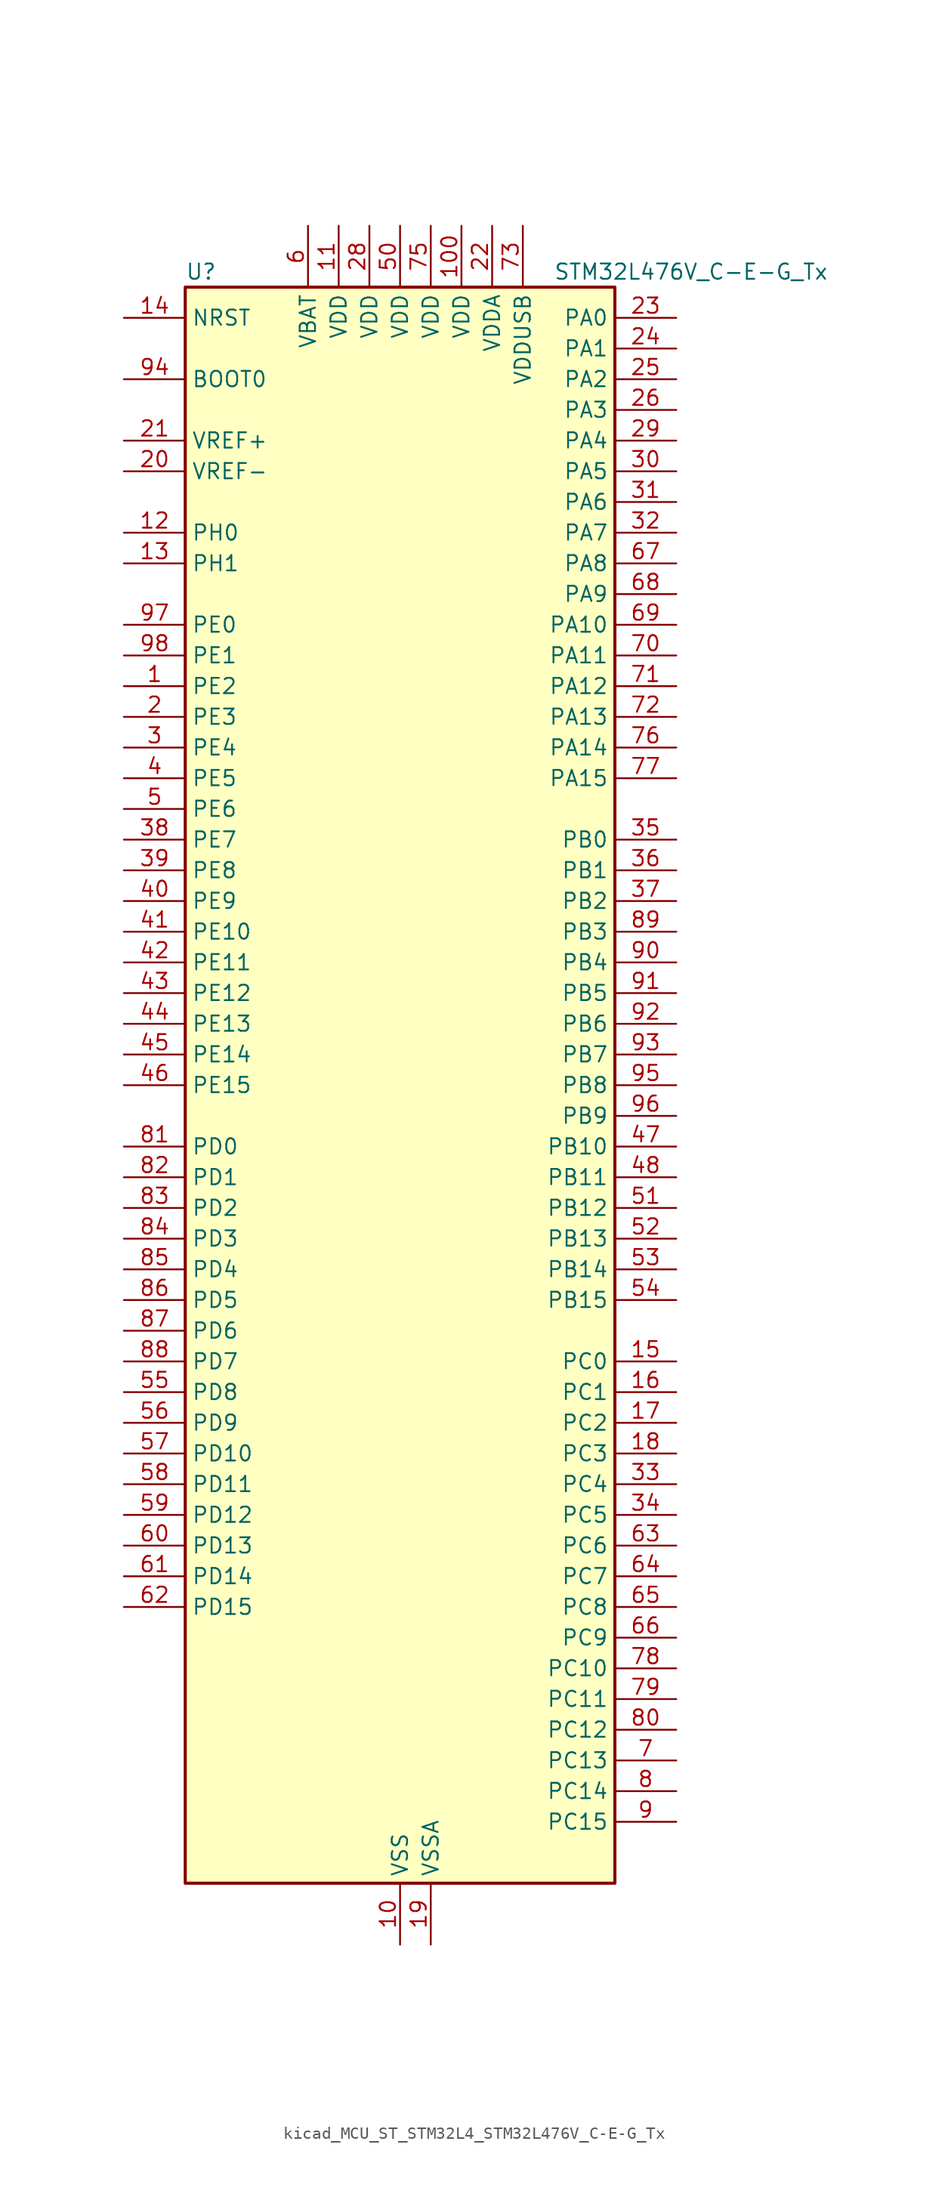
<source format=kicad_sym>
(kicad_symbol_lib
  (version 20220914)
  (generator kicad_symbol_editor)
  (symbol "kicad_MCU_ST_STM32L4_STM32L476V_C-E-G_Tx"
    (property "Reference" "U"
      (at -17.78 67.31 0)
      (effects (font (size 1.27 1.27)) (justify left)))
    (property "Value" "STM32L476V_C-E-G_Tx"
      (at 12.7 67.31 0)
      (effects (font (size 1.27 1.27)) (justify left)))
    (property "ki_locked" ""
      (at 0 0 0)
      (effects (font (size 1.27 1.27))))
    (symbol "kicad_MCU_ST_STM32L4_STM32L476V_C-E-G_Tx_0_1"
      (rectangle (start -17.78 -66.04) (end 17.78 66.04) (stroke (width 0.254) (type default)) (fill (type background))))
    (symbol "kicad_MCU_ST_STM32L4_STM32L476V_C-E-G_Tx_1_1"
      (pin bidirectional line (at -22.86 33.02 0) (length 5.08) (name "PE2" (effects (font (size 1.27 1.27)))) (number "1" (effects (font (size 1.27 1.27)))) (alternate "FMC_A23" bidirectional line) (alternate "LCD_SEG38" bidirectional line) (alternate "SAI1_MCLK_A" bidirectional line) (alternate "SYS_TRACECLK" bidirectional line) (alternate "TIM3_ETR" bidirectional line) (alternate "TSC_G7_IO1" bidirectional line))
      (pin power_in line (at 0 -71.12 90) (length 5.08) (name "VSS" (effects (font (size 1.27 1.27)))) (number "10" (effects (font (size 1.27 1.27)))))
      (pin power_in line (at 5.08 71.12 270) (length 5.08) (name "VDD" (effects (font (size 1.27 1.27)))) (number "100" (effects (font (size 1.27 1.27)))))
      (pin power_in line (at -5.08 71.12 270) (length 5.08) (name "VDD" (effects (font (size 1.27 1.27)))) (number "11" (effects (font (size 1.27 1.27)))))
      (pin bidirectional line (at -22.86 45.72 0) (length 5.08) (name "PH0" (effects (font (size 1.27 1.27)))) (number "12" (effects (font (size 1.27 1.27)))) (alternate "RCC_OSC_IN" bidirectional line))
      (pin bidirectional line (at -22.86 43.18 0) (length 5.08) (name "PH1" (effects (font (size 1.27 1.27)))) (number "13" (effects (font (size 1.27 1.27)))) (alternate "RCC_OSC_OUT" bidirectional line))
      (pin input line (at -22.86 63.5 0) (length 5.08) (name "NRST" (effects (font (size 1.27 1.27)))) (number "14" (effects (font (size 1.27 1.27)))))
      (pin bidirectional line (at 22.86 -22.86 180) (length 5.08) (name "PC0" (effects (font (size 1.27 1.27)))) (number "15" (effects (font (size 1.27 1.27)))) (alternate "ADC1_IN1" bidirectional line) (alternate "ADC2_IN1" bidirectional line) (alternate "ADC3_IN1" bidirectional line) (alternate "DFSDM1_DATIN4" bidirectional line) (alternate "I2C3_SCL" bidirectional line) (alternate "LCD_SEG18" bidirectional line) (alternate "LPTIM1_IN1" bidirectional line) (alternate "LPTIM2_IN1" bidirectional line) (alternate "LPUART1_RX" bidirectional line))
      (pin bidirectional line (at 22.86 -25.4 180) (length 5.08) (name "PC1" (effects (font (size 1.27 1.27)))) (number "16" (effects (font (size 1.27 1.27)))) (alternate "ADC1_IN2" bidirectional line) (alternate "ADC2_IN2" bidirectional line) (alternate "ADC3_IN2" bidirectional line) (alternate "DFSDM1_CKIN4" bidirectional line) (alternate "I2C3_SDA" bidirectional line) (alternate "LCD_SEG19" bidirectional line) (alternate "LPTIM1_OUT" bidirectional line) (alternate "LPUART1_TX" bidirectional line))
      (pin bidirectional line (at 22.86 -27.94 180) (length 5.08) (name "PC2" (effects (font (size 1.27 1.27)))) (number "17" (effects (font (size 1.27 1.27)))) (alternate "ADC1_IN3" bidirectional line) (alternate "ADC2_IN3" bidirectional line) (alternate "ADC3_IN3" bidirectional line) (alternate "DFSDM1_CKOUT" bidirectional line) (alternate "LCD_SEG20" bidirectional line) (alternate "LPTIM1_IN2" bidirectional line) (alternate "SPI2_MISO" bidirectional line))
      (pin bidirectional line (at 22.86 -30.48 180) (length 5.08) (name "PC3" (effects (font (size 1.27 1.27)))) (number "18" (effects (font (size 1.27 1.27)))) (alternate "ADC1_IN4" bidirectional line) (alternate "ADC2_IN4" bidirectional line) (alternate "ADC3_IN4" bidirectional line) (alternate "LCD_VLCD" bidirectional line) (alternate "LPTIM1_ETR" bidirectional line) (alternate "LPTIM2_ETR" bidirectional line) (alternate "SAI1_SD_A" bidirectional line) (alternate "SPI2_MOSI" bidirectional line))
      (pin power_in line (at 2.54 -71.12 90) (length 5.08) (name "VSSA" (effects (font (size 1.27 1.27)))) (number "19" (effects (font (size 1.27 1.27)))))
      (pin bidirectional line (at -22.86 30.48 0) (length 5.08) (name "PE3" (effects (font (size 1.27 1.27)))) (number "2" (effects (font (size 1.27 1.27)))) (alternate "FMC_A19" bidirectional line) (alternate "LCD_SEG39" bidirectional line) (alternate "SAI1_SD_B" bidirectional line) (alternate "SYS_TRACED0" bidirectional line) (alternate "TIM3_CH1" bidirectional line) (alternate "TSC_G7_IO2" bidirectional line))
      (pin input line (at -22.86 50.8 0) (length 5.08) (name "VREF-" (effects (font (size 1.27 1.27)))) (number "20" (effects (font (size 1.27 1.27)))))
      (pin input line (at -22.86 53.34 0) (length 5.08) (name "VREF+" (effects (font (size 1.27 1.27)))) (number "21" (effects (font (size 1.27 1.27)))) (alternate "VREFBUF_OUT" bidirectional line))
      (pin power_in line (at 7.62 71.12 270) (length 5.08) (name "VDDA" (effects (font (size 1.27 1.27)))) (number "22" (effects (font (size 1.27 1.27)))))
      (pin bidirectional line (at 22.86 63.5 180) (length 5.08) (name "PA0" (effects (font (size 1.27 1.27)))) (number "23" (effects (font (size 1.27 1.27)))) (alternate "ADC1_IN5" bidirectional line) (alternate "ADC2_IN5" bidirectional line) (alternate "OPAMP1_VINP" bidirectional line) (alternate "RTC_TAMP2" bidirectional line) (alternate "SAI1_EXTCLK" bidirectional line) (alternate "SYS_WKUP1" bidirectional line) (alternate "TIM2_CH1" bidirectional line) (alternate "TIM2_ETR" bidirectional line) (alternate "TIM5_CH1" bidirectional line) (alternate "TIM8_ETR" bidirectional line) (alternate "UART4_TX" bidirectional line) (alternate "USART2_CTS" bidirectional line))
      (pin bidirectional line (at 22.86 60.96 180) (length 5.08) (name "PA1" (effects (font (size 1.27 1.27)))) (number "24" (effects (font (size 1.27 1.27)))) (alternate "ADC1_IN6" bidirectional line) (alternate "ADC2_IN6" bidirectional line) (alternate "LCD_SEG0" bidirectional line) (alternate "OPAMP1_VINM" bidirectional line) (alternate "TIM15_CH1N" bidirectional line) (alternate "TIM2_CH2" bidirectional line) (alternate "TIM5_CH2" bidirectional line) (alternate "UART4_RX" bidirectional line) (alternate "USART2_DE" bidirectional line) (alternate "USART2_RTS" bidirectional line))
      (pin bidirectional line (at 22.86 58.42 180) (length 5.08) (name "PA2" (effects (font (size 1.27 1.27)))) (number "25" (effects (font (size 1.27 1.27)))) (alternate "ADC1_IN7" bidirectional line) (alternate "ADC2_IN7" bidirectional line) (alternate "LCD_SEG1" bidirectional line) (alternate "RCC_LSCO" bidirectional line) (alternate "SAI2_EXTCLK" bidirectional line) (alternate "SYS_WKUP4" bidirectional line) (alternate "TIM15_CH1" bidirectional line) (alternate "TIM2_CH3" bidirectional line) (alternate "TIM5_CH3" bidirectional line) (alternate "USART2_TX" bidirectional line))
      (pin bidirectional line (at 22.86 55.88 180) (length 5.08) (name "PA3" (effects (font (size 1.27 1.27)))) (number "26" (effects (font (size 1.27 1.27)))) (alternate "ADC1_IN8" bidirectional line) (alternate "ADC2_IN8" bidirectional line) (alternate "LCD_SEG2" bidirectional line) (alternate "OPAMP1_VOUT" bidirectional line) (alternate "TIM15_CH2" bidirectional line) (alternate "TIM2_CH4" bidirectional line) (alternate "TIM5_CH4" bidirectional line) (alternate "USART2_RX" bidirectional line))
      (pin passive line (at 0 -71.12 90) (length 5.08) hide (name "VSS" (effects (font (size 1.27 1.27)))) (number "27" (effects (font (size 1.27 1.27)))))
      (pin power_in line (at -2.54 71.12 270) (length 5.08) (name "VDD" (effects (font (size 1.27 1.27)))) (number "28" (effects (font (size 1.27 1.27)))))
      (pin bidirectional line (at 22.86 53.34 180) (length 5.08) (name "PA4" (effects (font (size 1.27 1.27)))) (number "29" (effects (font (size 1.27 1.27)))) (alternate "ADC1_IN9" bidirectional line) (alternate "ADC2_IN9" bidirectional line) (alternate "DAC1_OUT1" bidirectional line) (alternate "LPTIM2_OUT" bidirectional line) (alternate "SAI1_FS_B" bidirectional line) (alternate "SPI1_NSS" bidirectional line) (alternate "SPI3_NSS" bidirectional line) (alternate "USART2_CK" bidirectional line))
      (pin bidirectional line (at -22.86 27.94 0) (length 5.08) (name "PE4" (effects (font (size 1.27 1.27)))) (number "3" (effects (font (size 1.27 1.27)))) (alternate "DFSDM1_DATIN3" bidirectional line) (alternate "FMC_A20" bidirectional line) (alternate "SAI1_FS_A" bidirectional line) (alternate "SYS_TRACED1" bidirectional line) (alternate "TIM3_CH2" bidirectional line) (alternate "TSC_G7_IO3" bidirectional line))
      (pin bidirectional line (at 22.86 50.8 180) (length 5.08) (name "PA5" (effects (font (size 1.27 1.27)))) (number "30" (effects (font (size 1.27 1.27)))) (alternate "ADC1_IN10" bidirectional line) (alternate "ADC2_IN10" bidirectional line) (alternate "DAC1_OUT2" bidirectional line) (alternate "LPTIM2_ETR" bidirectional line) (alternate "SPI1_SCK" bidirectional line) (alternate "TIM2_CH1" bidirectional line) (alternate "TIM2_ETR" bidirectional line) (alternate "TIM8_CH1N" bidirectional line))
      (pin bidirectional line (at 22.86 48.26 180) (length 5.08) (name "PA6" (effects (font (size 1.27 1.27)))) (number "31" (effects (font (size 1.27 1.27)))) (alternate "ADC1_IN11" bidirectional line) (alternate "ADC2_IN11" bidirectional line) (alternate "LCD_SEG3" bidirectional line) (alternate "OPAMP2_VINP" bidirectional line) (alternate "QUADSPI_BK1_IO3" bidirectional line) (alternate "SPI1_MISO" bidirectional line) (alternate "TIM16_CH1" bidirectional line) (alternate "TIM1_BKIN" bidirectional line) (alternate "TIM1_BKIN_COMP2" bidirectional line) (alternate "TIM3_CH1" bidirectional line) (alternate "TIM8_BKIN" bidirectional line) (alternate "TIM8_BKIN_COMP2" bidirectional line) (alternate "USART3_CTS" bidirectional line))
      (pin bidirectional line (at 22.86 45.72 180) (length 5.08) (name "PA7" (effects (font (size 1.27 1.27)))) (number "32" (effects (font (size 1.27 1.27)))) (alternate "ADC1_IN12" bidirectional line) (alternate "ADC2_IN12" bidirectional line) (alternate "LCD_SEG4" bidirectional line) (alternate "OPAMP2_VINM" bidirectional line) (alternate "QUADSPI_BK1_IO2" bidirectional line) (alternate "SPI1_MOSI" bidirectional line) (alternate "TIM17_CH1" bidirectional line) (alternate "TIM1_CH1N" bidirectional line) (alternate "TIM3_CH2" bidirectional line) (alternate "TIM8_CH1N" bidirectional line))
      (pin bidirectional line (at 22.86 -33.02 180) (length 5.08) (name "PC4" (effects (font (size 1.27 1.27)))) (number "33" (effects (font (size 1.27 1.27)))) (alternate "ADC1_IN13" bidirectional line) (alternate "ADC2_IN13" bidirectional line) (alternate "COMP1_INM" bidirectional line) (alternate "LCD_SEG22" bidirectional line) (alternate "USART3_TX" bidirectional line))
      (pin bidirectional line (at 22.86 -35.56 180) (length 5.08) (name "PC5" (effects (font (size 1.27 1.27)))) (number "34" (effects (font (size 1.27 1.27)))) (alternate "ADC1_IN14" bidirectional line) (alternate "ADC2_IN14" bidirectional line) (alternate "COMP1_INP" bidirectional line) (alternate "LCD_SEG23" bidirectional line) (alternate "SYS_WKUP5" bidirectional line) (alternate "USART3_RX" bidirectional line))
      (pin bidirectional line (at 22.86 20.32 180) (length 5.08) (name "PB0" (effects (font (size 1.27 1.27)))) (number "35" (effects (font (size 1.27 1.27)))) (alternate "ADC1_IN15" bidirectional line) (alternate "ADC2_IN15" bidirectional line) (alternate "COMP1_OUT" bidirectional line) (alternate "LCD_SEG5" bidirectional line) (alternate "OPAMP2_VOUT" bidirectional line) (alternate "QUADSPI_BK1_IO1" bidirectional line) (alternate "TIM1_CH2N" bidirectional line) (alternate "TIM3_CH3" bidirectional line) (alternate "TIM8_CH2N" bidirectional line) (alternate "USART3_CK" bidirectional line))
      (pin bidirectional line (at 22.86 17.78 180) (length 5.08) (name "PB1" (effects (font (size 1.27 1.27)))) (number "36" (effects (font (size 1.27 1.27)))) (alternate "ADC1_IN16" bidirectional line) (alternate "ADC2_IN16" bidirectional line) (alternate "COMP1_INM" bidirectional line) (alternate "DFSDM1_DATIN0" bidirectional line) (alternate "LCD_SEG6" bidirectional line) (alternate "LPTIM2_IN1" bidirectional line) (alternate "QUADSPI_BK1_IO0" bidirectional line) (alternate "TIM1_CH3N" bidirectional line) (alternate "TIM3_CH4" bidirectional line) (alternate "TIM8_CH3N" bidirectional line) (alternate "USART3_DE" bidirectional line) (alternate "USART3_RTS" bidirectional line))
      (pin bidirectional line (at 22.86 15.24 180) (length 5.08) (name "PB2" (effects (font (size 1.27 1.27)))) (number "37" (effects (font (size 1.27 1.27)))) (alternate "COMP1_INP" bidirectional line) (alternate "DFSDM1_CKIN0" bidirectional line) (alternate "I2C3_SMBA" bidirectional line) (alternate "LPTIM1_OUT" bidirectional line) (alternate "RTC_OUT_ALARM" bidirectional line) (alternate "RTC_OUT_CALIB" bidirectional line))
      (pin bidirectional line (at -22.86 20.32 0) (length 5.08) (name "PE7" (effects (font (size 1.27 1.27)))) (number "38" (effects (font (size 1.27 1.27)))) (alternate "DFSDM1_DATIN2" bidirectional line) (alternate "FMC_D4" bidirectional line) (alternate "FMC_DA4" bidirectional line) (alternate "SAI1_SD_B" bidirectional line) (alternate "TIM1_ETR" bidirectional line))
      (pin bidirectional line (at -22.86 17.78 0) (length 5.08) (name "PE8" (effects (font (size 1.27 1.27)))) (number "39" (effects (font (size 1.27 1.27)))) (alternate "DFSDM1_CKIN2" bidirectional line) (alternate "FMC_D5" bidirectional line) (alternate "FMC_DA5" bidirectional line) (alternate "SAI1_SCK_B" bidirectional line) (alternate "TIM1_CH1N" bidirectional line))
      (pin bidirectional line (at -22.86 25.4 0) (length 5.08) (name "PE5" (effects (font (size 1.27 1.27)))) (number "4" (effects (font (size 1.27 1.27)))) (alternate "DFSDM1_CKIN3" bidirectional line) (alternate "FMC_A21" bidirectional line) (alternate "SAI1_SCK_A" bidirectional line) (alternate "SYS_TRACED2" bidirectional line) (alternate "TIM3_CH3" bidirectional line) (alternate "TSC_G7_IO4" bidirectional line))
      (pin bidirectional line (at -22.86 15.24 0) (length 5.08) (name "PE9" (effects (font (size 1.27 1.27)))) (number "40" (effects (font (size 1.27 1.27)))) (alternate "DAC1_EXTI9" bidirectional line) (alternate "DFSDM1_CKOUT" bidirectional line) (alternate "FMC_D6" bidirectional line) (alternate "FMC_DA6" bidirectional line) (alternate "SAI1_FS_B" bidirectional line) (alternate "TIM1_CH1" bidirectional line))
      (pin bidirectional line (at -22.86 12.7 0) (length 5.08) (name "PE10" (effects (font (size 1.27 1.27)))) (number "41" (effects (font (size 1.27 1.27)))) (alternate "DFSDM1_DATIN4" bidirectional line) (alternate "FMC_D7" bidirectional line) (alternate "FMC_DA7" bidirectional line) (alternate "QUADSPI_CLK" bidirectional line) (alternate "SAI1_MCLK_B" bidirectional line) (alternate "TIM1_CH2N" bidirectional line) (alternate "TSC_G5_IO1" bidirectional line))
      (pin bidirectional line (at -22.86 10.16 0) (length 5.08) (name "PE11" (effects (font (size 1.27 1.27)))) (number "42" (effects (font (size 1.27 1.27)))) (alternate "ADC1_EXTI11" bidirectional line) (alternate "ADC2_EXTI11" bidirectional line) (alternate "ADC3_EXTI11" bidirectional line) (alternate "DFSDM1_CKIN4" bidirectional line) (alternate "FMC_D8" bidirectional line) (alternate "FMC_DA8" bidirectional line) (alternate "QUADSPI_NCS" bidirectional line) (alternate "TIM1_CH2" bidirectional line) (alternate "TSC_G5_IO2" bidirectional line))
      (pin bidirectional line (at -22.86 7.62 0) (length 5.08) (name "PE12" (effects (font (size 1.27 1.27)))) (number "43" (effects (font (size 1.27 1.27)))) (alternate "DFSDM1_DATIN5" bidirectional line) (alternate "FMC_D9" bidirectional line) (alternate "FMC_DA9" bidirectional line) (alternate "QUADSPI_BK1_IO0" bidirectional line) (alternate "SPI1_NSS" bidirectional line) (alternate "TIM1_CH3N" bidirectional line) (alternate "TSC_G5_IO3" bidirectional line))
      (pin bidirectional line (at -22.86 5.08 0) (length 5.08) (name "PE13" (effects (font (size 1.27 1.27)))) (number "44" (effects (font (size 1.27 1.27)))) (alternate "DFSDM1_CKIN5" bidirectional line) (alternate "FMC_D10" bidirectional line) (alternate "FMC_DA10" bidirectional line) (alternate "QUADSPI_BK1_IO1" bidirectional line) (alternate "SPI1_SCK" bidirectional line) (alternate "TIM1_CH3" bidirectional line) (alternate "TSC_G5_IO4" bidirectional line))
      (pin bidirectional line (at -22.86 2.54 0) (length 5.08) (name "PE14" (effects (font (size 1.27 1.27)))) (number "45" (effects (font (size 1.27 1.27)))) (alternate "FMC_D11" bidirectional line) (alternate "FMC_DA11" bidirectional line) (alternate "QUADSPI_BK1_IO2" bidirectional line) (alternate "SPI1_MISO" bidirectional line) (alternate "TIM1_BKIN2" bidirectional line) (alternate "TIM1_BKIN2_COMP2" bidirectional line) (alternate "TIM1_CH4" bidirectional line))
      (pin bidirectional line (at -22.86 0 0) (length 5.08) (name "PE15" (effects (font (size 1.27 1.27)))) (number "46" (effects (font (size 1.27 1.27)))) (alternate "ADC1_EXTI15" bidirectional line) (alternate "ADC2_EXTI15" bidirectional line) (alternate "ADC3_EXTI15" bidirectional line) (alternate "FMC_D12" bidirectional line) (alternate "FMC_DA12" bidirectional line) (alternate "QUADSPI_BK1_IO3" bidirectional line) (alternate "SPI1_MOSI" bidirectional line) (alternate "TIM1_BKIN" bidirectional line) (alternate "TIM1_BKIN_COMP1" bidirectional line))
      (pin bidirectional line (at 22.86 -5.08 180) (length 5.08) (name "PB10" (effects (font (size 1.27 1.27)))) (number "47" (effects (font (size 1.27 1.27)))) (alternate "COMP1_OUT" bidirectional line) (alternate "DFSDM1_DATIN7" bidirectional line) (alternate "I2C2_SCL" bidirectional line) (alternate "LCD_SEG10" bidirectional line) (alternate "LPUART1_RX" bidirectional line) (alternate "QUADSPI_CLK" bidirectional line) (alternate "SAI1_SCK_A" bidirectional line) (alternate "SPI2_SCK" bidirectional line) (alternate "TIM2_CH3" bidirectional line) (alternate "USART3_TX" bidirectional line))
      (pin bidirectional line (at 22.86 -7.62 180) (length 5.08) (name "PB11" (effects (font (size 1.27 1.27)))) (number "48" (effects (font (size 1.27 1.27)))) (alternate "ADC1_EXTI11" bidirectional line) (alternate "ADC2_EXTI11" bidirectional line) (alternate "ADC3_EXTI11" bidirectional line) (alternate "COMP2_OUT" bidirectional line) (alternate "DFSDM1_CKIN7" bidirectional line) (alternate "I2C2_SDA" bidirectional line) (alternate "LCD_SEG11" bidirectional line) (alternate "LPUART1_TX" bidirectional line) (alternate "QUADSPI_NCS" bidirectional line) (alternate "TIM2_CH4" bidirectional line) (alternate "USART3_RX" bidirectional line))
      (pin passive line (at 0 -71.12 90) (length 5.08) hide (name "VSS" (effects (font (size 1.27 1.27)))) (number "49" (effects (font (size 1.27 1.27)))))
      (pin bidirectional line (at -22.86 22.86 0) (length 5.08) (name "PE6" (effects (font (size 1.27 1.27)))) (number "5" (effects (font (size 1.27 1.27)))) (alternate "FMC_A22" bidirectional line) (alternate "RTC_TAMP3" bidirectional line) (alternate "SAI1_SD_A" bidirectional line) (alternate "SYS_TRACED3" bidirectional line) (alternate "SYS_WKUP3" bidirectional line) (alternate "TIM3_CH4" bidirectional line))
      (pin power_in line (at 0 71.12 270) (length 5.08) (name "VDD" (effects (font (size 1.27 1.27)))) (number "50" (effects (font (size 1.27 1.27)))))
      (pin bidirectional line (at 22.86 -10.16 180) (length 5.08) (name "PB12" (effects (font (size 1.27 1.27)))) (number "51" (effects (font (size 1.27 1.27)))) (alternate "DFSDM1_DATIN1" bidirectional line) (alternate "I2C2_SMBA" bidirectional line) (alternate "LCD_SEG12" bidirectional line) (alternate "LPUART1_DE" bidirectional line) (alternate "LPUART1_RTS" bidirectional line) (alternate "SAI2_FS_A" bidirectional line) (alternate "SPI2_NSS" bidirectional line) (alternate "SWPMI1_IO" bidirectional line) (alternate "TIM15_BKIN" bidirectional line) (alternate "TIM1_BKIN" bidirectional line) (alternate "TIM1_BKIN_COMP2" bidirectional line) (alternate "TSC_G1_IO1" bidirectional line) (alternate "USART3_CK" bidirectional line))
      (pin bidirectional line (at 22.86 -12.7 180) (length 5.08) (name "PB13" (effects (font (size 1.27 1.27)))) (number "52" (effects (font (size 1.27 1.27)))) (alternate "DFSDM1_CKIN1" bidirectional line) (alternate "I2C2_SCL" bidirectional line) (alternate "LCD_SEG13" bidirectional line) (alternate "LPUART1_CTS" bidirectional line) (alternate "SAI2_SCK_A" bidirectional line) (alternate "SPI2_SCK" bidirectional line) (alternate "SWPMI1_TX" bidirectional line) (alternate "TIM15_CH1N" bidirectional line) (alternate "TIM1_CH1N" bidirectional line) (alternate "TSC_G1_IO2" bidirectional line) (alternate "USART3_CTS" bidirectional line))
      (pin bidirectional line (at 22.86 -15.24 180) (length 5.08) (name "PB14" (effects (font (size 1.27 1.27)))) (number "53" (effects (font (size 1.27 1.27)))) (alternate "DFSDM1_DATIN2" bidirectional line) (alternate "I2C2_SDA" bidirectional line) (alternate "LCD_SEG14" bidirectional line) (alternate "SAI2_MCLK_A" bidirectional line) (alternate "SPI2_MISO" bidirectional line) (alternate "SWPMI1_RX" bidirectional line) (alternate "TIM15_CH1" bidirectional line) (alternate "TIM1_CH2N" bidirectional line) (alternate "TIM8_CH2N" bidirectional line) (alternate "TSC_G1_IO3" bidirectional line) (alternate "USART3_DE" bidirectional line) (alternate "USART3_RTS" bidirectional line))
      (pin bidirectional line (at 22.86 -17.78 180) (length 5.08) (name "PB15" (effects (font (size 1.27 1.27)))) (number "54" (effects (font (size 1.27 1.27)))) (alternate "ADC1_EXTI15" bidirectional line) (alternate "ADC2_EXTI15" bidirectional line) (alternate "ADC3_EXTI15" bidirectional line) (alternate "DFSDM1_CKIN2" bidirectional line) (alternate "LCD_SEG15" bidirectional line) (alternate "RTC_REFIN" bidirectional line) (alternate "SAI2_SD_A" bidirectional line) (alternate "SPI2_MOSI" bidirectional line) (alternate "SWPMI1_SUSPEND" bidirectional line) (alternate "TIM15_CH2" bidirectional line) (alternate "TIM1_CH3N" bidirectional line) (alternate "TIM8_CH3N" bidirectional line) (alternate "TSC_G1_IO4" bidirectional line))
      (pin bidirectional line (at -22.86 -25.4 0) (length 5.08) (name "PD8" (effects (font (size 1.27 1.27)))) (number "55" (effects (font (size 1.27 1.27)))) (alternate "FMC_D13" bidirectional line) (alternate "FMC_DA13" bidirectional line) (alternate "LCD_SEG28" bidirectional line) (alternate "USART3_TX" bidirectional line))
      (pin bidirectional line (at -22.86 -27.94 0) (length 5.08) (name "PD9" (effects (font (size 1.27 1.27)))) (number "56" (effects (font (size 1.27 1.27)))) (alternate "DAC1_EXTI9" bidirectional line) (alternate "FMC_D14" bidirectional line) (alternate "FMC_DA14" bidirectional line) (alternate "LCD_SEG29" bidirectional line) (alternate "SAI2_MCLK_A" bidirectional line) (alternate "USART3_RX" bidirectional line))
      (pin bidirectional line (at -22.86 -30.48 0) (length 5.08) (name "PD10" (effects (font (size 1.27 1.27)))) (number "57" (effects (font (size 1.27 1.27)))) (alternate "FMC_D15" bidirectional line) (alternate "FMC_DA15" bidirectional line) (alternate "LCD_SEG30" bidirectional line) (alternate "SAI2_SCK_A" bidirectional line) (alternate "TSC_G6_IO1" bidirectional line) (alternate "USART3_CK" bidirectional line))
      (pin bidirectional line (at -22.86 -33.02 0) (length 5.08) (name "PD11" (effects (font (size 1.27 1.27)))) (number "58" (effects (font (size 1.27 1.27)))) (alternate "ADC1_EXTI11" bidirectional line) (alternate "ADC2_EXTI11" bidirectional line) (alternate "ADC3_EXTI11" bidirectional line) (alternate "FMC_A16" bidirectional line) (alternate "FMC_CLE" bidirectional line) (alternate "LCD_SEG31" bidirectional line) (alternate "LPTIM2_ETR" bidirectional line) (alternate "SAI2_SD_A" bidirectional line) (alternate "TSC_G6_IO2" bidirectional line) (alternate "USART3_CTS" bidirectional line))
      (pin bidirectional line (at -22.86 -35.56 0) (length 5.08) (name "PD12" (effects (font (size 1.27 1.27)))) (number "59" (effects (font (size 1.27 1.27)))) (alternate "FMC_A17" bidirectional line) (alternate "FMC_ALE" bidirectional line) (alternate "LCD_SEG32" bidirectional line) (alternate "LPTIM2_IN1" bidirectional line) (alternate "SAI2_FS_A" bidirectional line) (alternate "TIM4_CH1" bidirectional line) (alternate "TSC_G6_IO3" bidirectional line) (alternate "USART3_DE" bidirectional line) (alternate "USART3_RTS" bidirectional line))
      (pin power_in line (at -7.62 71.12 270) (length 5.08) (name "VBAT" (effects (font (size 1.27 1.27)))) (number "6" (effects (font (size 1.27 1.27)))))
      (pin bidirectional line (at -22.86 -38.1 0) (length 5.08) (name "PD13" (effects (font (size 1.27 1.27)))) (number "60" (effects (font (size 1.27 1.27)))) (alternate "FMC_A18" bidirectional line) (alternate "LCD_SEG33" bidirectional line) (alternate "LPTIM2_OUT" bidirectional line) (alternate "TIM4_CH2" bidirectional line) (alternate "TSC_G6_IO4" bidirectional line))
      (pin bidirectional line (at -22.86 -40.64 0) (length 5.08) (name "PD14" (effects (font (size 1.27 1.27)))) (number "61" (effects (font (size 1.27 1.27)))) (alternate "FMC_D0" bidirectional line) (alternate "FMC_DA0" bidirectional line) (alternate "LCD_SEG34" bidirectional line) (alternate "TIM4_CH3" bidirectional line))
      (pin bidirectional line (at -22.86 -43.18 0) (length 5.08) (name "PD15" (effects (font (size 1.27 1.27)))) (number "62" (effects (font (size 1.27 1.27)))) (alternate "ADC1_EXTI15" bidirectional line) (alternate "ADC2_EXTI15" bidirectional line) (alternate "ADC3_EXTI15" bidirectional line) (alternate "FMC_D1" bidirectional line) (alternate "FMC_DA1" bidirectional line) (alternate "LCD_SEG35" bidirectional line) (alternate "TIM4_CH4" bidirectional line))
      (pin bidirectional line (at 22.86 -38.1 180) (length 5.08) (name "PC6" (effects (font (size 1.27 1.27)))) (number "63" (effects (font (size 1.27 1.27)))) (alternate "DFSDM1_CKIN3" bidirectional line) (alternate "LCD_SEG24" bidirectional line) (alternate "SAI2_MCLK_A" bidirectional line) (alternate "SDMMC1_D6" bidirectional line) (alternate "TIM3_CH1" bidirectional line) (alternate "TIM8_CH1" bidirectional line) (alternate "TSC_G4_IO1" bidirectional line))
      (pin bidirectional line (at 22.86 -40.64 180) (length 5.08) (name "PC7" (effects (font (size 1.27 1.27)))) (number "64" (effects (font (size 1.27 1.27)))) (alternate "DFSDM1_DATIN3" bidirectional line) (alternate "LCD_SEG25" bidirectional line) (alternate "SAI2_MCLK_B" bidirectional line) (alternate "SDMMC1_D7" bidirectional line) (alternate "TIM3_CH2" bidirectional line) (alternate "TIM8_CH2" bidirectional line) (alternate "TSC_G4_IO2" bidirectional line))
      (pin bidirectional line (at 22.86 -43.18 180) (length 5.08) (name "PC8" (effects (font (size 1.27 1.27)))) (number "65" (effects (font (size 1.27 1.27)))) (alternate "LCD_SEG26" bidirectional line) (alternate "SDMMC1_D0" bidirectional line) (alternate "TIM3_CH3" bidirectional line) (alternate "TIM8_CH3" bidirectional line) (alternate "TSC_G4_IO3" bidirectional line))
      (pin bidirectional line (at 22.86 -45.72 180) (length 5.08) (name "PC9" (effects (font (size 1.27 1.27)))) (number "66" (effects (font (size 1.27 1.27)))) (alternate "DAC1_EXTI9" bidirectional line) (alternate "LCD_SEG27" bidirectional line) (alternate "SAI2_EXTCLK" bidirectional line) (alternate "SDMMC1_D1" bidirectional line) (alternate "TIM3_CH4" bidirectional line) (alternate "TIM8_BKIN2" bidirectional line) (alternate "TIM8_BKIN2_COMP1" bidirectional line) (alternate "TIM8_CH4" bidirectional line) (alternate "TSC_G4_IO4" bidirectional line) (alternate "USB_OTG_FS_NOE" bidirectional line))
      (pin bidirectional line (at 22.86 43.18 180) (length 5.08) (name "PA8" (effects (font (size 1.27 1.27)))) (number "67" (effects (font (size 1.27 1.27)))) (alternate "LCD_COM0" bidirectional line) (alternate "LPTIM2_OUT" bidirectional line) (alternate "RCC_MCO" bidirectional line) (alternate "TIM1_CH1" bidirectional line) (alternate "USART1_CK" bidirectional line) (alternate "USB_OTG_FS_SOF" bidirectional line))
      (pin bidirectional line (at 22.86 40.64 180) (length 5.08) (name "PA9" (effects (font (size 1.27 1.27)))) (number "68" (effects (font (size 1.27 1.27)))) (alternate "DAC1_EXTI9" bidirectional line) (alternate "LCD_COM1" bidirectional line) (alternate "TIM15_BKIN" bidirectional line) (alternate "TIM1_CH2" bidirectional line) (alternate "USART1_TX" bidirectional line) (alternate "USB_OTG_FS_VBUS" bidirectional line))
      (pin bidirectional line (at 22.86 38.1 180) (length 5.08) (name "PA10" (effects (font (size 1.27 1.27)))) (number "69" (effects (font (size 1.27 1.27)))) (alternate "LCD_COM2" bidirectional line) (alternate "TIM17_BKIN" bidirectional line) (alternate "TIM1_CH3" bidirectional line) (alternate "USART1_RX" bidirectional line) (alternate "USB_OTG_FS_ID" bidirectional line))
      (pin bidirectional line (at 22.86 -55.88 180) (length 5.08) (name "PC13" (effects (font (size 1.27 1.27)))) (number "7" (effects (font (size 1.27 1.27)))) (alternate "RTC_OUT_ALARM" bidirectional line) (alternate "RTC_OUT_CALIB" bidirectional line) (alternate "RTC_TAMP1" bidirectional line) (alternate "RTC_TS" bidirectional line) (alternate "SYS_WKUP2" bidirectional line))
      (pin bidirectional line (at 22.86 35.56 180) (length 5.08) (name "PA11" (effects (font (size 1.27 1.27)))) (number "70" (effects (font (size 1.27 1.27)))) (alternate "ADC1_EXTI11" bidirectional line) (alternate "ADC2_EXTI11" bidirectional line) (alternate "ADC3_EXTI11" bidirectional line) (alternate "CAN1_RX" bidirectional line) (alternate "TIM1_BKIN2" bidirectional line) (alternate "TIM1_BKIN2_COMP1" bidirectional line) (alternate "TIM1_CH4" bidirectional line) (alternate "USART1_CTS" bidirectional line) (alternate "USB_OTG_FS_DM" bidirectional line))
      (pin bidirectional line (at 22.86 33.02 180) (length 5.08) (name "PA12" (effects (font (size 1.27 1.27)))) (number "71" (effects (font (size 1.27 1.27)))) (alternate "CAN1_TX" bidirectional line) (alternate "TIM1_ETR" bidirectional line) (alternate "USART1_DE" bidirectional line) (alternate "USART1_RTS" bidirectional line) (alternate "USB_OTG_FS_DP" bidirectional line))
      (pin bidirectional line (at 22.86 30.48 180) (length 5.08) (name "PA13" (effects (font (size 1.27 1.27)))) (number "72" (effects (font (size 1.27 1.27)))) (alternate "IR_OUT" bidirectional line) (alternate "SYS_JTMS-SWDIO" bidirectional line) (alternate "USB_OTG_FS_NOE" bidirectional line))
      (pin power_in line (at 10.16 71.12 270) (length 5.08) (name "VDDUSB" (effects (font (size 1.27 1.27)))) (number "73" (effects (font (size 1.27 1.27)))))
      (pin passive line (at 0 -71.12 90) (length 5.08) hide (name "VSS" (effects (font (size 1.27 1.27)))) (number "74" (effects (font (size 1.27 1.27)))))
      (pin power_in line (at 2.54 71.12 270) (length 5.08) (name "VDD" (effects (font (size 1.27 1.27)))) (number "75" (effects (font (size 1.27 1.27)))))
      (pin bidirectional line (at 22.86 27.94 180) (length 5.08) (name "PA14" (effects (font (size 1.27 1.27)))) (number "76" (effects (font (size 1.27 1.27)))) (alternate "SYS_JTCK-SWCLK" bidirectional line))
      (pin bidirectional line (at 22.86 25.4 180) (length 5.08) (name "PA15" (effects (font (size 1.27 1.27)))) (number "77" (effects (font (size 1.27 1.27)))) (alternate "ADC1_EXTI15" bidirectional line) (alternate "ADC2_EXTI15" bidirectional line) (alternate "ADC3_EXTI15" bidirectional line) (alternate "LCD_SEG17" bidirectional line) (alternate "SAI2_FS_B" bidirectional line) (alternate "SPI1_NSS" bidirectional line) (alternate "SPI3_NSS" bidirectional line) (alternate "SYS_JTDI" bidirectional line) (alternate "TIM2_CH1" bidirectional line) (alternate "TIM2_ETR" bidirectional line) (alternate "TSC_G3_IO1" bidirectional line) (alternate "UART4_DE" bidirectional line) (alternate "UART4_RTS" bidirectional line))
      (pin bidirectional line (at 22.86 -48.26 180) (length 5.08) (name "PC10" (effects (font (size 1.27 1.27)))) (number "78" (effects (font (size 1.27 1.27)))) (alternate "LCD_COM4" bidirectional line) (alternate "LCD_SEG28" bidirectional line) (alternate "LCD_SEG40" bidirectional line) (alternate "SAI2_SCK_B" bidirectional line) (alternate "SDMMC1_D2" bidirectional line) (alternate "SPI3_SCK" bidirectional line) (alternate "TSC_G3_IO2" bidirectional line) (alternate "UART4_TX" bidirectional line) (alternate "USART3_TX" bidirectional line))
      (pin bidirectional line (at 22.86 -50.8 180) (length 5.08) (name "PC11" (effects (font (size 1.27 1.27)))) (number "79" (effects (font (size 1.27 1.27)))) (alternate "ADC1_EXTI11" bidirectional line) (alternate "ADC2_EXTI11" bidirectional line) (alternate "ADC3_EXTI11" bidirectional line) (alternate "LCD_COM5" bidirectional line) (alternate "LCD_SEG29" bidirectional line) (alternate "LCD_SEG41" bidirectional line) (alternate "SAI2_MCLK_B" bidirectional line) (alternate "SDMMC1_D3" bidirectional line) (alternate "SPI3_MISO" bidirectional line) (alternate "TSC_G3_IO3" bidirectional line) (alternate "UART4_RX" bidirectional line) (alternate "USART3_RX" bidirectional line))
      (pin bidirectional line (at 22.86 -58.42 180) (length 5.08) (name "PC14" (effects (font (size 1.27 1.27)))) (number "8" (effects (font (size 1.27 1.27)))) (alternate "RCC_OSC32_IN" bidirectional line))
      (pin bidirectional line (at 22.86 -53.34 180) (length 5.08) (name "PC12" (effects (font (size 1.27 1.27)))) (number "80" (effects (font (size 1.27 1.27)))) (alternate "LCD_COM6" bidirectional line) (alternate "LCD_SEG30" bidirectional line) (alternate "LCD_SEG42" bidirectional line) (alternate "SAI2_SD_B" bidirectional line) (alternate "SDMMC1_CK" bidirectional line) (alternate "SPI3_MOSI" bidirectional line) (alternate "TSC_G3_IO4" bidirectional line) (alternate "UART5_TX" bidirectional line) (alternate "USART3_CK" bidirectional line))
      (pin bidirectional line (at -22.86 -5.08 0) (length 5.08) (name "PD0" (effects (font (size 1.27 1.27)))) (number "81" (effects (font (size 1.27 1.27)))) (alternate "CAN1_RX" bidirectional line) (alternate "DFSDM1_DATIN7" bidirectional line) (alternate "FMC_D2" bidirectional line) (alternate "FMC_DA2" bidirectional line) (alternate "SPI2_NSS" bidirectional line))
      (pin bidirectional line (at -22.86 -7.62 0) (length 5.08) (name "PD1" (effects (font (size 1.27 1.27)))) (number "82" (effects (font (size 1.27 1.27)))) (alternate "CAN1_TX" bidirectional line) (alternate "DFSDM1_CKIN7" bidirectional line) (alternate "FMC_D3" bidirectional line) (alternate "FMC_DA3" bidirectional line) (alternate "SPI2_SCK" bidirectional line))
      (pin bidirectional line (at -22.86 -10.16 0) (length 5.08) (name "PD2" (effects (font (size 1.27 1.27)))) (number "83" (effects (font (size 1.27 1.27)))) (alternate "LCD_COM7" bidirectional line) (alternate "LCD_SEG31" bidirectional line) (alternate "LCD_SEG43" bidirectional line) (alternate "SDMMC1_CMD" bidirectional line) (alternate "TIM3_ETR" bidirectional line) (alternate "TSC_SYNC" bidirectional line) (alternate "UART5_RX" bidirectional line) (alternate "USART3_DE" bidirectional line) (alternate "USART3_RTS" bidirectional line))
      (pin bidirectional line (at -22.86 -12.7 0) (length 5.08) (name "PD3" (effects (font (size 1.27 1.27)))) (number "84" (effects (font (size 1.27 1.27)))) (alternate "DFSDM1_DATIN0" bidirectional line) (alternate "FMC_CLK" bidirectional line) (alternate "SPI2_MISO" bidirectional line) (alternate "USART2_CTS" bidirectional line))
      (pin bidirectional line (at -22.86 -15.24 0) (length 5.08) (name "PD4" (effects (font (size 1.27 1.27)))) (number "85" (effects (font (size 1.27 1.27)))) (alternate "DFSDM1_CKIN0" bidirectional line) (alternate "FMC_NOE" bidirectional line) (alternate "SPI2_MOSI" bidirectional line) (alternate "USART2_DE" bidirectional line) (alternate "USART2_RTS" bidirectional line))
      (pin bidirectional line (at -22.86 -17.78 0) (length 5.08) (name "PD5" (effects (font (size 1.27 1.27)))) (number "86" (effects (font (size 1.27 1.27)))) (alternate "FMC_NWE" bidirectional line) (alternate "USART2_TX" bidirectional line))
      (pin bidirectional line (at -22.86 -20.32 0) (length 5.08) (name "PD6" (effects (font (size 1.27 1.27)))) (number "87" (effects (font (size 1.27 1.27)))) (alternate "DFSDM1_DATIN1" bidirectional line) (alternate "FMC_NWAIT" bidirectional line) (alternate "SAI1_SD_A" bidirectional line) (alternate "USART2_RX" bidirectional line))
      (pin bidirectional line (at -22.86 -22.86 0) (length 5.08) (name "PD7" (effects (font (size 1.27 1.27)))) (number "88" (effects (font (size 1.27 1.27)))) (alternate "DFSDM1_CKIN1" bidirectional line) (alternate "FMC_NE1" bidirectional line) (alternate "USART2_CK" bidirectional line))
      (pin bidirectional line (at 22.86 12.7 180) (length 5.08) (name "PB3" (effects (font (size 1.27 1.27)))) (number "89" (effects (font (size 1.27 1.27)))) (alternate "COMP2_INM" bidirectional line) (alternate "LCD_SEG7" bidirectional line) (alternate "SAI1_SCK_B" bidirectional line) (alternate "SPI1_SCK" bidirectional line) (alternate "SPI3_SCK" bidirectional line) (alternate "SYS_JTDO-SWO" bidirectional line) (alternate "TIM2_CH2" bidirectional line) (alternate "USART1_DE" bidirectional line) (alternate "USART1_RTS" bidirectional line))
      (pin bidirectional line (at 22.86 -60.96 180) (length 5.08) (name "PC15" (effects (font (size 1.27 1.27)))) (number "9" (effects (font (size 1.27 1.27)))) (alternate "ADC1_EXTI15" bidirectional line) (alternate "ADC2_EXTI15" bidirectional line) (alternate "ADC3_EXTI15" bidirectional line) (alternate "RCC_OSC32_OUT" bidirectional line))
      (pin bidirectional line (at 22.86 10.16 180) (length 5.08) (name "PB4" (effects (font (size 1.27 1.27)))) (number "90" (effects (font (size 1.27 1.27)))) (alternate "COMP2_INP" bidirectional line) (alternate "LCD_SEG8" bidirectional line) (alternate "SAI1_MCLK_B" bidirectional line) (alternate "SPI1_MISO" bidirectional line) (alternate "SPI3_MISO" bidirectional line) (alternate "SYS_JTRST" bidirectional line) (alternate "TIM17_BKIN" bidirectional line) (alternate "TIM3_CH1" bidirectional line) (alternate "TSC_G2_IO1" bidirectional line) (alternate "UART5_DE" bidirectional line) (alternate "UART5_RTS" bidirectional line) (alternate "USART1_CTS" bidirectional line))
      (pin bidirectional line (at 22.86 7.62 180) (length 5.08) (name "PB5" (effects (font (size 1.27 1.27)))) (number "91" (effects (font (size 1.27 1.27)))) (alternate "COMP2_OUT" bidirectional line) (alternate "I2C1_SMBA" bidirectional line) (alternate "LCD_SEG9" bidirectional line) (alternate "LPTIM1_IN1" bidirectional line) (alternate "SAI1_SD_B" bidirectional line) (alternate "SPI1_MOSI" bidirectional line) (alternate "SPI3_MOSI" bidirectional line) (alternate "TIM16_BKIN" bidirectional line) (alternate "TIM3_CH2" bidirectional line) (alternate "TSC_G2_IO2" bidirectional line) (alternate "UART5_CTS" bidirectional line) (alternate "USART1_CK" bidirectional line))
      (pin bidirectional line (at 22.86 5.08 180) (length 5.08) (name "PB6" (effects (font (size 1.27 1.27)))) (number "92" (effects (font (size 1.27 1.27)))) (alternate "COMP2_INP" bidirectional line) (alternate "DFSDM1_DATIN5" bidirectional line) (alternate "I2C1_SCL" bidirectional line) (alternate "LPTIM1_ETR" bidirectional line) (alternate "SAI1_FS_B" bidirectional line) (alternate "TIM16_CH1N" bidirectional line) (alternate "TIM4_CH1" bidirectional line) (alternate "TIM8_BKIN2" bidirectional line) (alternate "TIM8_BKIN2_COMP2" bidirectional line) (alternate "TSC_G2_IO3" bidirectional line) (alternate "USART1_TX" bidirectional line))
      (pin bidirectional line (at 22.86 2.54 180) (length 5.08) (name "PB7" (effects (font (size 1.27 1.27)))) (number "93" (effects (font (size 1.27 1.27)))) (alternate "COMP2_INM" bidirectional line) (alternate "DFSDM1_CKIN5" bidirectional line) (alternate "FMC_NL" bidirectional line) (alternate "I2C1_SDA" bidirectional line) (alternate "LCD_SEG21" bidirectional line) (alternate "LPTIM1_IN2" bidirectional line) (alternate "SYS_PVD_IN" bidirectional line) (alternate "TIM17_CH1N" bidirectional line) (alternate "TIM4_CH2" bidirectional line) (alternate "TIM8_BKIN" bidirectional line) (alternate "TIM8_BKIN_COMP1" bidirectional line) (alternate "TSC_G2_IO4" bidirectional line) (alternate "UART4_CTS" bidirectional line) (alternate "USART1_RX" bidirectional line))
      (pin input line (at -22.86 58.42 0) (length 5.08) (name "BOOT0" (effects (font (size 1.27 1.27)))) (number "94" (effects (font (size 1.27 1.27)))))
      (pin bidirectional line (at 22.86 0 180) (length 5.08) (name "PB8" (effects (font (size 1.27 1.27)))) (number "95" (effects (font (size 1.27 1.27)))) (alternate "CAN1_RX" bidirectional line) (alternate "DFSDM1_DATIN6" bidirectional line) (alternate "I2C1_SCL" bidirectional line) (alternate "LCD_SEG16" bidirectional line) (alternate "SAI1_MCLK_A" bidirectional line) (alternate "SDMMC1_D4" bidirectional line) (alternate "TIM16_CH1" bidirectional line) (alternate "TIM4_CH3" bidirectional line))
      (pin bidirectional line (at 22.86 -2.54 180) (length 5.08) (name "PB9" (effects (font (size 1.27 1.27)))) (number "96" (effects (font (size 1.27 1.27)))) (alternate "CAN1_TX" bidirectional line) (alternate "DAC1_EXTI9" bidirectional line) (alternate "DFSDM1_CKIN6" bidirectional line) (alternate "I2C1_SDA" bidirectional line) (alternate "IR_OUT" bidirectional line) (alternate "LCD_COM3" bidirectional line) (alternate "SAI1_FS_A" bidirectional line) (alternate "SDMMC1_D5" bidirectional line) (alternate "SPI2_NSS" bidirectional line) (alternate "TIM17_CH1" bidirectional line) (alternate "TIM4_CH4" bidirectional line))
      (pin bidirectional line (at -22.86 38.1 0) (length 5.08) (name "PE0" (effects (font (size 1.27 1.27)))) (number "97" (effects (font (size 1.27 1.27)))) (alternate "FMC_NBL0" bidirectional line) (alternate "LCD_SEG36" bidirectional line) (alternate "TIM16_CH1" bidirectional line) (alternate "TIM4_ETR" bidirectional line))
      (pin bidirectional line (at -22.86 35.56 0) (length 5.08) (name "PE1" (effects (font (size 1.27 1.27)))) (number "98" (effects (font (size 1.27 1.27)))) (alternate "FMC_NBL1" bidirectional line) (alternate "LCD_SEG37" bidirectional line) (alternate "TIM17_CH1" bidirectional line))
      (pin passive line (at 0 -71.12 90) (length 5.08) hide (name "VSS" (effects (font (size 1.27 1.27)))) (number "99" (effects (font (size 1.27 1.27))))))))
</source>
